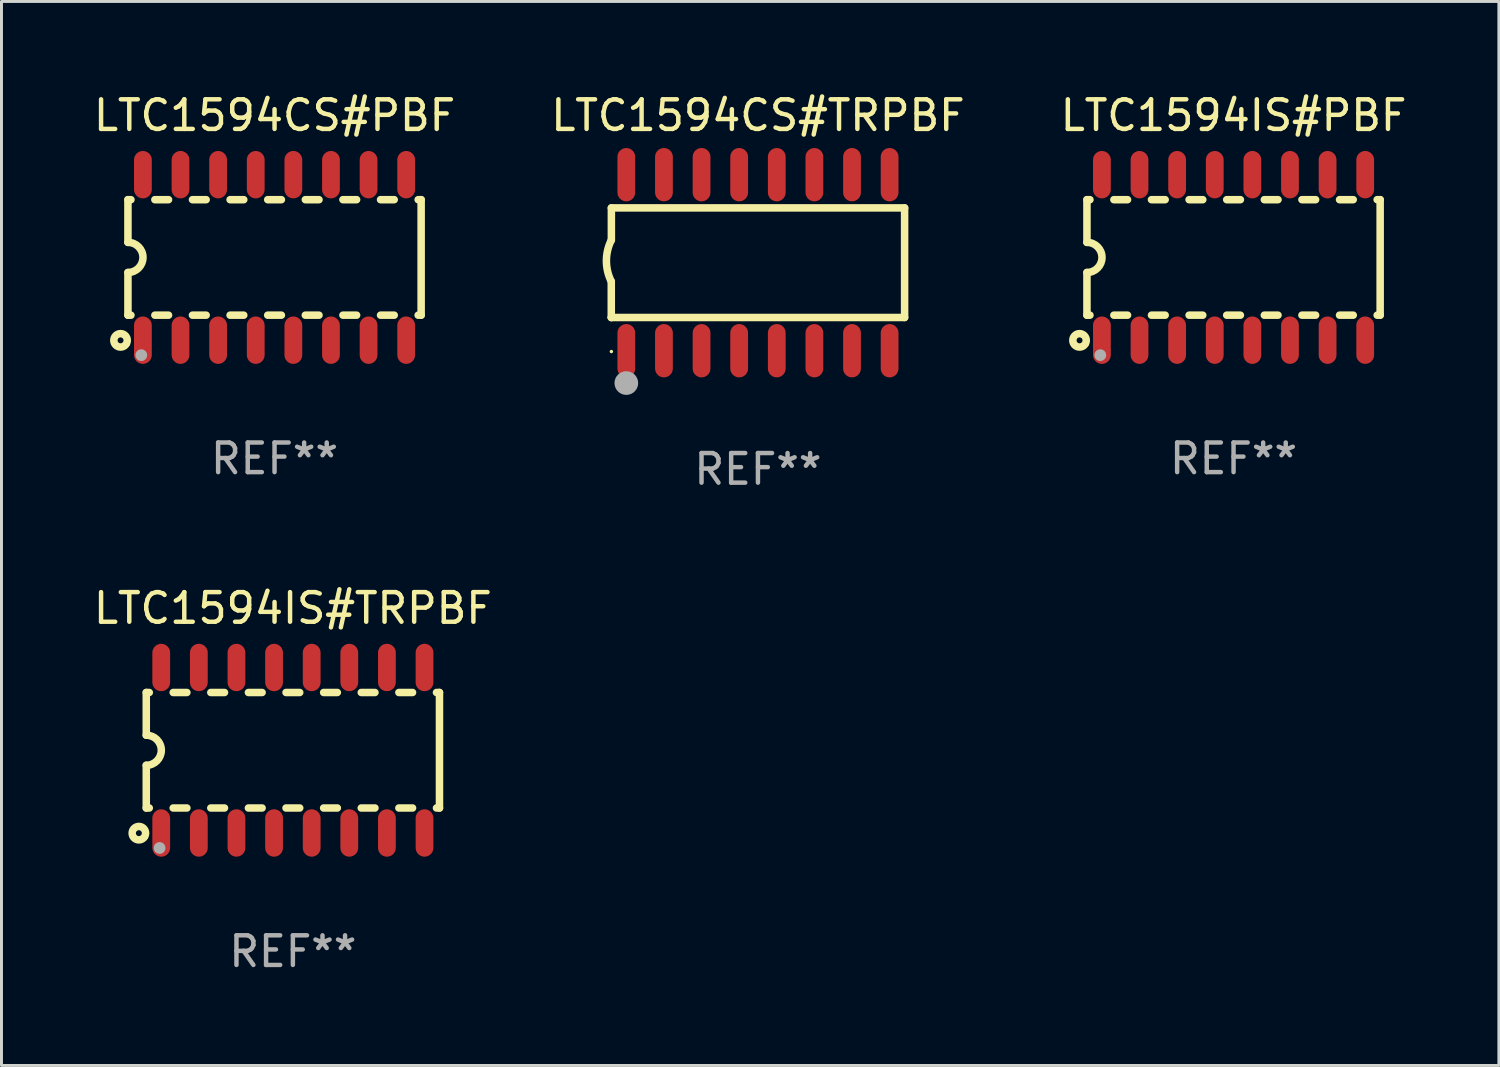
<source format=kicad_pcb>
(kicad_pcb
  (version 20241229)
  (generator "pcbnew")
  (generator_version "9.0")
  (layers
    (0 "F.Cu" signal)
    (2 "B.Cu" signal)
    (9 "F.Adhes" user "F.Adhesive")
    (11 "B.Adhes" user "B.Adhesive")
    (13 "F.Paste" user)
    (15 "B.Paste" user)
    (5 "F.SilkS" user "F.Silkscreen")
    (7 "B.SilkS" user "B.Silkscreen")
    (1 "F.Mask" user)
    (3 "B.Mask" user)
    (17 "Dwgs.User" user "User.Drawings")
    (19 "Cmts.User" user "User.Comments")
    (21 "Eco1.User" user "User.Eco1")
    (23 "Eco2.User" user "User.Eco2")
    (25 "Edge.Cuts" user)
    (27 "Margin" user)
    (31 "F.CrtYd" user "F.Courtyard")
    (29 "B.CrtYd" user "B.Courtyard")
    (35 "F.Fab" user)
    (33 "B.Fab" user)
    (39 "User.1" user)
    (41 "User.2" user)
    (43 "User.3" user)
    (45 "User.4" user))
  (footprint "LTC1594CS#PBF"
    (layer "F.Cu")
    (at 6.22 5.642)
    (property "Reference" "LTC1594CS#PBF" (at 0 -4.794 0) (layer "F.SilkS") (effects (font (size 1 1) (thickness 0.15))))
    (attr through_hole)
    (fp_line (start -4.95 -1.95) (end -4.95 -0.508) (stroke (width 0.254) (type solid)) (layer "F.SilkS"))
    (fp_line (start -4.95 -1.95) (end -4.849 -1.95) (stroke (width 0.254) (type solid)) (layer "F.SilkS"))
    (fp_line (start -4.95 1.95) (end -4.95 0.508) (stroke (width 0.254) (type solid)) (layer "F.SilkS"))
    (fp_line (start -4.95 1.95) (end -4.849 1.95) (stroke (width 0.254) (type solid)) (layer "F.SilkS"))
    (fp_line (start -4.041 -1.95) (end -3.579 -1.95) (stroke (width 0.254) (type solid)) (layer "F.SilkS"))
    (fp_line (start -4.041 1.95) (end -3.579 1.95) (stroke (width 0.254) (type solid)) (layer "F.SilkS"))
    (fp_line (start -2.771 -1.95) (end -2.309 -1.95) (stroke (width 0.254) (type solid)) (layer "F.SilkS"))
    (fp_line (start -2.771 1.95) (end -2.309 1.95) (stroke (width 0.254) (type solid)) (layer "F.SilkS"))
    (fp_line (start -1.501 -1.95) (end -1.039 -1.95) (stroke (width 0.254) (type solid)) (layer "F.SilkS"))
    (fp_line (start -1.501 1.95) (end -1.039 1.95) (stroke (width 0.254) (type solid)) (layer "F.SilkS"))
    (fp_line (start -0.231 -1.95) (end 0.231 -1.95) (stroke (width 0.254) (type solid)) (layer "F.SilkS"))
    (fp_line (start -0.231 1.95) (end 0.231 1.95) (stroke (width 0.254) (type solid)) (layer "F.SilkS"))
    (fp_line (start 1.039 -1.95) (end 1.501 -1.95) (stroke (width 0.254) (type solid)) (layer "F.SilkS"))
    (fp_line (start 1.039 1.95) (end 1.501 1.95) (stroke (width 0.254) (type solid)) (layer "F.SilkS"))
    (fp_line (start 2.309 -1.95) (end 2.771 -1.95) (stroke (width 0.254) (type solid)) (layer "F.SilkS"))
    (fp_line (start 2.309 1.95) (end 2.771 1.95) (stroke (width 0.254) (type solid)) (layer "F.SilkS"))
    (fp_line (start 3.579 -1.95) (end 4.041 -1.95) (stroke (width 0.254) (type solid)) (layer "F.SilkS"))
    (fp_line (start 3.579 1.95) (end 4.041 1.95) (stroke (width 0.254) (type solid)) (layer "F.SilkS"))
    (fp_line (start 4.849 -1.95) (end 4.95 -1.95) (stroke (width 0.254) (type solid)) (layer "F.SilkS"))
    (fp_line (start 4.849 1.95) (end 4.95 1.95) (stroke (width 0.254) (type solid)) (layer "F.SilkS"))
    (fp_line (start 4.95 -1.95) (end 4.95 1.95) (stroke (width 0.254) (type solid)) (layer "F.SilkS"))
    (fp_arc (start -4.95047 -0.508001) (mid -4.442469 -0.000228) (end -4.950013 0.508001) (stroke (width 0.254001) (type solid)) (layer "F.SilkS"))
    (fp_circle (center -5.2 2.8) (end -5.1 2.8) (stroke (width 0.254) (type solid)) (fill no) (layer "F.SilkS"))
    (fp_circle (center -4.95 2.947) (end -4.92 2.947) (stroke (width 0.06) (type solid)) (fill no) (layer "F.SilkS"))
    (fp_circle (center -4.5 3.3) (end -4.4 3.3) (stroke (width 0.2) (type solid)) (fill no) (layer "F.Fab"))
    (fp_text user "REF**" (at 0 6.794 0) (layer "F.Fab") (effects (font (size 1 1) (thickness 0.15))))
    (pad "1" smd oval (at -4.445 2.794) (size 0.6 1.6) (layers "F.Cu" "F.Mask" "F.Paste"))
    (pad "2" smd oval (at -3.175 2.794) (size 0.6 1.6) (layers "F.Cu" "F.Mask" "F.Paste"))
    (pad "3" smd oval (at -1.905 2.794) (size 0.6 1.6) (layers "F.Cu" "F.Mask" "F.Paste"))
    (pad "4" smd oval (at -0.635 2.794) (size 0.6 1.6) (layers "F.Cu" "F.Mask" "F.Paste"))
    (pad "5" smd oval (at 0.635 2.794) (size 0.6 1.6) (layers "F.Cu" "F.Mask" "F.Paste"))
    (pad "6" smd oval (at 1.905 2.794) (size 0.6 1.6) (layers "F.Cu" "F.Mask" "F.Paste"))
    (pad "7" smd oval (at 3.175 2.794) (size 0.6 1.6) (layers "F.Cu" "F.Mask" "F.Paste"))
    (pad "8" smd oval (at 4.445 2.794) (size 0.6 1.6) (layers "F.Cu" "F.Mask" "F.Paste"))
    (pad "9" smd oval (at 4.445 -2.794) (size 0.6 1.6) (layers "F.Cu" "F.Mask" "F.Paste"))
    (pad "10" smd oval (at 3.175 -2.794) (size 0.6 1.6) (layers "F.Cu" "F.Mask" "F.Paste"))
    (pad "11" smd oval (at 1.905 -2.794) (size 0.6 1.6) (layers "F.Cu" "F.Mask" "F.Paste"))
    (pad "12" smd oval (at 0.635 -2.794) (size 0.6 1.6) (layers "F.Cu" "F.Mask" "F.Paste"))
    (pad "13" smd oval (at -0.635 -2.794) (size 0.6 1.6) (layers "F.Cu" "F.Mask" "F.Paste"))
    (pad "14" smd oval (at -1.905 -2.794) (size 0.6 1.6) (layers "F.Cu" "F.Mask" "F.Paste"))
    (pad "15" smd oval (at -3.175 -2.794) (size 0.6 1.6) (layers "F.Cu" "F.Mask" "F.Paste"))
    (pad "16" smd oval (at -4.445 -2.794) (size 0.6 1.6) (layers "F.Cu" "F.Mask" "F.Paste")))
  (footprint "LTC1594IS#PBF"
    (layer "F.Cu")
    (at 38.601 5.642)
    (property "Reference" "LTC1594IS#PBF" (at 0 -4.794 0) (layer "F.SilkS") (effects (font (size 1 1) (thickness 0.15))))
    (attr through_hole)
    (fp_line (start -4.95 -1.95) (end -4.95 -0.508) (stroke (width 0.254) (type solid)) (layer "F.SilkS"))
    (fp_line (start -4.95 -1.95) (end -4.849 -1.95) (stroke (width 0.254) (type solid)) (layer "F.SilkS"))
    (fp_line (start -4.95 1.95) (end -4.95 0.508) (stroke (width 0.254) (type solid)) (layer "F.SilkS"))
    (fp_line (start -4.95 1.95) (end -4.849 1.95) (stroke (width 0.254) (type solid)) (layer "F.SilkS"))
    (fp_line (start -4.041 -1.95) (end -3.579 -1.95) (stroke (width 0.254) (type solid)) (layer "F.SilkS"))
    (fp_line (start -4.041 1.95) (end -3.579 1.95) (stroke (width 0.254) (type solid)) (layer "F.SilkS"))
    (fp_line (start -2.771 -1.95) (end -2.309 -1.95) (stroke (width 0.254) (type solid)) (layer "F.SilkS"))
    (fp_line (start -2.771 1.95) (end -2.309 1.95) (stroke (width 0.254) (type solid)) (layer "F.SilkS"))
    (fp_line (start -1.501 -1.95) (end -1.039 -1.95) (stroke (width 0.254) (type solid)) (layer "F.SilkS"))
    (fp_line (start -1.501 1.95) (end -1.039 1.95) (stroke (width 0.254) (type solid)) (layer "F.SilkS"))
    (fp_line (start -0.231 -1.95) (end 0.231 -1.95) (stroke (width 0.254) (type solid)) (layer "F.SilkS"))
    (fp_line (start -0.231 1.95) (end 0.231 1.95) (stroke (width 0.254) (type solid)) (layer "F.SilkS"))
    (fp_line (start 1.039 -1.95) (end 1.501 -1.95) (stroke (width 0.254) (type solid)) (layer "F.SilkS"))
    (fp_line (start 1.039 1.95) (end 1.501 1.95) (stroke (width 0.254) (type solid)) (layer "F.SilkS"))
    (fp_line (start 2.309 -1.95) (end 2.771 -1.95) (stroke (width 0.254) (type solid)) (layer "F.SilkS"))
    (fp_line (start 2.309 1.95) (end 2.771 1.95) (stroke (width 0.254) (type solid)) (layer "F.SilkS"))
    (fp_line (start 3.579 -1.95) (end 4.041 -1.95) (stroke (width 0.254) (type solid)) (layer "F.SilkS"))
    (fp_line (start 3.579 1.95) (end 4.041 1.95) (stroke (width 0.254) (type solid)) (layer "F.SilkS"))
    (fp_line (start 4.849 -1.95) (end 4.95 -1.95) (stroke (width 0.254) (type solid)) (layer "F.SilkS"))
    (fp_line (start 4.849 1.95) (end 4.95 1.95) (stroke (width 0.254) (type solid)) (layer "F.SilkS"))
    (fp_line (start 4.95 -1.95) (end 4.95 1.95) (stroke (width 0.254) (type solid)) (layer "F.SilkS"))
    (fp_arc (start -4.95047 -0.508001) (mid -4.442469 -0.000228) (end -4.950013 0.508001) (stroke (width 0.254001) (type solid)) (layer "F.SilkS"))
    (fp_circle (center -5.2 2.8) (end -5.1 2.8) (stroke (width 0.254) (type solid)) (fill no) (layer "F.SilkS"))
    (fp_circle (center -4.95 2.947) (end -4.92 2.947) (stroke (width 0.06) (type solid)) (fill no) (layer "F.SilkS"))
    (fp_circle (center -4.5 3.3) (end -4.4 3.3) (stroke (width 0.2) (type solid)) (fill no) (layer "F.Fab"))
    (fp_text user "REF**" (at 0 6.794 0) (layer "F.Fab") (effects (font (size 1 1) (thickness 0.15))))
    (pad "1" smd oval (at -4.445 2.794) (size 0.6 1.6) (layers "F.Cu" "F.Mask" "F.Paste"))
    (pad "2" smd oval (at -3.175 2.794) (size 0.6 1.6) (layers "F.Cu" "F.Mask" "F.Paste"))
    (pad "3" smd oval (at -1.905 2.794) (size 0.6 1.6) (layers "F.Cu" "F.Mask" "F.Paste"))
    (pad "4" smd oval (at -0.635 2.794) (size 0.6 1.6) (layers "F.Cu" "F.Mask" "F.Paste"))
    (pad "5" smd oval (at 0.635 2.794) (size 0.6 1.6) (layers "F.Cu" "F.Mask" "F.Paste"))
    (pad "6" smd oval (at 1.905 2.794) (size 0.6 1.6) (layers "F.Cu" "F.Mask" "F.Paste"))
    (pad "7" smd oval (at 3.175 2.794) (size 0.6 1.6) (layers "F.Cu" "F.Mask" "F.Paste"))
    (pad "8" smd oval (at 4.445 2.794) (size 0.6 1.6) (layers "F.Cu" "F.Mask" "F.Paste"))
    (pad "9" smd oval (at 4.445 -2.794) (size 0.6 1.6) (layers "F.Cu" "F.Mask" "F.Paste"))
    (pad "10" smd oval (at 3.175 -2.794) (size 0.6 1.6) (layers "F.Cu" "F.Mask" "F.Paste"))
    (pad "11" smd oval (at 1.905 -2.794) (size 0.6 1.6) (layers "F.Cu" "F.Mask" "F.Paste"))
    (pad "12" smd oval (at 0.635 -2.794) (size 0.6 1.6) (layers "F.Cu" "F.Mask" "F.Paste"))
    (pad "13" smd oval (at -0.635 -2.794) (size 0.6 1.6) (layers "F.Cu" "F.Mask" "F.Paste"))
    (pad "14" smd oval (at -1.905 -2.794) (size 0.6 1.6) (layers "F.Cu" "F.Mask" "F.Paste"))
    (pad "15" smd oval (at -3.175 -2.794) (size 0.6 1.6) (layers "F.Cu" "F.Mask" "F.Paste"))
    (pad "16" smd oval (at -4.445 -2.794) (size 0.6 1.6) (layers "F.Cu" "F.Mask" "F.Paste")))
  (footprint "LTC1594IS#TRPBF"
    (layer "F.Cu")
    (at 6.839 22.282)
    (property "Reference" "LTC1594IS#TRPBF" (at 0 -4.794 0) (layer "F.SilkS") (effects (font (size 1 1) (thickness 0.15))))
    (attr through_hole)
    (fp_line (start -4.95 -1.95) (end -4.95 -0.508) (stroke (width 0.254) (type solid)) (layer "F.SilkS"))
    (fp_line (start -4.95 -1.95) (end -4.849 -1.95) (stroke (width 0.254) (type solid)) (layer "F.SilkS"))
    (fp_line (start -4.95 1.95) (end -4.95 0.508) (stroke (width 0.254) (type solid)) (layer "F.SilkS"))
    (fp_line (start -4.95 1.95) (end -4.849 1.95) (stroke (width 0.254) (type solid)) (layer "F.SilkS"))
    (fp_line (start -4.041 -1.95) (end -3.579 -1.95) (stroke (width 0.254) (type solid)) (layer "F.SilkS"))
    (fp_line (start -4.041 1.95) (end -3.579 1.95) (stroke (width 0.254) (type solid)) (layer "F.SilkS"))
    (fp_line (start -2.771 -1.95) (end -2.309 -1.95) (stroke (width 0.254) (type solid)) (layer "F.SilkS"))
    (fp_line (start -2.771 1.95) (end -2.309 1.95) (stroke (width 0.254) (type solid)) (layer "F.SilkS"))
    (fp_line (start -1.501 -1.95) (end -1.039 -1.95) (stroke (width 0.254) (type solid)) (layer "F.SilkS"))
    (fp_line (start -1.501 1.95) (end -1.039 1.95) (stroke (width 0.254) (type solid)) (layer "F.SilkS"))
    (fp_line (start -0.231 -1.95) (end 0.231 -1.95) (stroke (width 0.254) (type solid)) (layer "F.SilkS"))
    (fp_line (start -0.231 1.95) (end 0.231 1.95) (stroke (width 0.254) (type solid)) (layer "F.SilkS"))
    (fp_line (start 1.039 -1.95) (end 1.501 -1.95) (stroke (width 0.254) (type solid)) (layer "F.SilkS"))
    (fp_line (start 1.039 1.95) (end 1.501 1.95) (stroke (width 0.254) (type solid)) (layer "F.SilkS"))
    (fp_line (start 2.309 -1.95) (end 2.771 -1.95) (stroke (width 0.254) (type solid)) (layer "F.SilkS"))
    (fp_line (start 2.309 1.95) (end 2.771 1.95) (stroke (width 0.254) (type solid)) (layer "F.SilkS"))
    (fp_line (start 3.579 -1.95) (end 4.041 -1.95) (stroke (width 0.254) (type solid)) (layer "F.SilkS"))
    (fp_line (start 3.579 1.95) (end 4.041 1.95) (stroke (width 0.254) (type solid)) (layer "F.SilkS"))
    (fp_line (start 4.849 -1.95) (end 4.95 -1.95) (stroke (width 0.254) (type solid)) (layer "F.SilkS"))
    (fp_line (start 4.849 1.95) (end 4.95 1.95) (stroke (width 0.254) (type solid)) (layer "F.SilkS"))
    (fp_line (start 4.95 -1.95) (end 4.95 1.95) (stroke (width 0.254) (type solid)) (layer "F.SilkS"))
    (fp_arc (start -4.95047 -0.508001) (mid -4.442469 -0.000228) (end -4.950013 0.508001) (stroke (width 0.254001) (type solid)) (layer "F.SilkS"))
    (fp_circle (center -5.2 2.8) (end -5.1 2.8) (stroke (width 0.254) (type solid)) (fill no) (layer "F.SilkS"))
    (fp_circle (center -4.95 2.947) (end -4.92 2.947) (stroke (width 0.06) (type solid)) (fill no) (layer "F.SilkS"))
    (fp_circle (center -4.5 3.3) (end -4.4 3.3) (stroke (width 0.2) (type solid)) (fill no) (layer "F.Fab"))
    (fp_text user "REF**" (at 0 6.794 0) (layer "F.Fab") (effects (font (size 1 1) (thickness 0.15))))
    (pad "1" smd oval (at -4.445 2.794) (size 0.6 1.6) (layers "F.Cu" "F.Mask" "F.Paste"))
    (pad "2" smd oval (at -3.175 2.794) (size 0.6 1.6) (layers "F.Cu" "F.Mask" "F.Paste"))
    (pad "3" smd oval (at -1.905 2.794) (size 0.6 1.6) (layers "F.Cu" "F.Mask" "F.Paste"))
    (pad "4" smd oval (at -0.635 2.794) (size 0.6 1.6) (layers "F.Cu" "F.Mask" "F.Paste"))
    (pad "5" smd oval (at 0.635 2.794) (size 0.6 1.6) (layers "F.Cu" "F.Mask" "F.Paste"))
    (pad "6" smd oval (at 1.905 2.794) (size 0.6 1.6) (layers "F.Cu" "F.Mask" "F.Paste"))
    (pad "7" smd oval (at 3.175 2.794) (size 0.6 1.6) (layers "F.Cu" "F.Mask" "F.Paste"))
    (pad "8" smd oval (at 4.445 2.794) (size 0.6 1.6) (layers "F.Cu" "F.Mask" "F.Paste"))
    (pad "9" smd oval (at 4.445 -2.794) (size 0.6 1.6) (layers "F.Cu" "F.Mask" "F.Paste"))
    (pad "10" smd oval (at 3.175 -2.794) (size 0.6 1.6) (layers "F.Cu" "F.Mask" "F.Paste"))
    (pad "11" smd oval (at 1.905 -2.794) (size 0.6 1.6) (layers "F.Cu" "F.Mask" "F.Paste"))
    (pad "12" smd oval (at 0.635 -2.794) (size 0.6 1.6) (layers "F.Cu" "F.Mask" "F.Paste"))
    (pad "13" smd oval (at -0.635 -2.794) (size 0.6 1.6) (layers "F.Cu" "F.Mask" "F.Paste"))
    (pad "14" smd oval (at -1.905 -2.794) (size 0.6 1.6) (layers "F.Cu" "F.Mask" "F.Paste"))
    (pad "15" smd oval (at -3.175 -2.794) (size 0.6 1.6) (layers "F.Cu" "F.Mask" "F.Paste"))
    (pad "16" smd oval (at -4.445 -2.794) (size 0.6 1.6) (layers "F.Cu" "F.Mask" "F.Paste")))
  (footprint "LTC1594CS#TRPBF"
    (layer "F.Cu")
    (at 22.542 5.82)
    (property "Reference" "LTC1594CS#TRPBF" (at 0 -4.972 0) (layer "F.SilkS") (effects (font (size 1 1) (thickness 0.15))))
    (attr through_hole)
    (fp_line (start -4.952 0.635) (end -4.952 1.85) (stroke (width 0.254) (type solid)) (layer "F.SilkS"))
    (fp_line (start -4.952 1.85) (end -4.949 1.85) (stroke (width 0.254) (type solid)) (layer "F.SilkS"))
    (fp_line (start -4.949 -1.85) (end -4.949 -0.762) (stroke (width 0.254) (type solid)) (layer "F.SilkS"))
    (fp_line (start -4.949 1.85) (end 4.952 1.85) (stroke (width 0.254) (type solid)) (layer "F.SilkS"))
    (fp_line (start 4.952 -1.85) (end -4.949 -1.85) (stroke (width 0.254) (type solid)) (layer "F.SilkS"))
    (fp_line (start 4.952 1.85) (end 4.952 -1.85) (stroke (width 0.254) (type solid)) (layer "F.SilkS"))
    (fp_arc (start -4.951524 0.635001) (mid -5.116418 -0.0635) (end -4.951524 -0.762002) (stroke (width 0.254001) (type solid)) (layer "F.SilkS"))
    (fp_circle (center -4.949 3) (end -4.919 3) (stroke (width 0.06) (type solid)) (fill no) (layer "F.SilkS"))
    (fp_circle (center -4.444 4.064) (end -4.244 4.064) (stroke (width 0.4) (type solid)) (fill no) (layer "F.Fab"))
    (fp_text user "REF**" (at 0 6.972 0) (layer "F.Fab") (effects (font (size 1 1) (thickness 0.15))))
    (pad "1" smd oval (at -4.444 2.972 180) (size 0.6 1.8) (layers "F.Cu" "F.Mask" "F.Paste"))
    (pad "2" smd oval (at -3.174 2.972 180) (size 0.6 1.8) (layers "F.Cu" "F.Mask" "F.Paste"))
    (pad "3" smd oval (at -1.904 2.972 180) (size 0.6 1.8) (layers "F.Cu" "F.Mask" "F.Paste"))
    (pad "4" smd oval (at -0.634 2.972 180) (size 0.6 1.8) (layers "F.Cu" "F.Mask" "F.Paste"))
    (pad "5" smd oval (at 0.636 2.972 180) (size 0.6 1.8) (layers "F.Cu" "F.Mask" "F.Paste"))
    (pad "6" smd oval (at 1.906 2.972 180) (size 0.6 1.8) (layers "F.Cu" "F.Mask" "F.Paste"))
    (pad "7" smd oval (at 3.176 2.972 180) (size 0.6 1.8) (layers "F.Cu" "F.Mask" "F.Paste"))
    (pad "8" smd oval (at 4.446 2.972 180) (size 0.6 1.8) (layers "F.Cu" "F.Mask" "F.Paste"))
    (pad "9" smd oval (at 4.446 -2.972 180) (size 0.6 1.8) (layers "F.Cu" "F.Mask" "F.Paste"))
    (pad "10" smd oval (at 3.176 -2.972 180) (size 0.6 1.8) (layers "F.Cu" "F.Mask" "F.Paste"))
    (pad "11" smd oval (at 1.906 -2.972 180) (size 0.6 1.8) (layers "F.Cu" "F.Mask" "F.Paste"))
    (pad "12" smd oval (at 0.636 -2.972 180) (size 0.6 1.8) (layers "F.Cu" "F.Mask" "F.Paste"))
    (pad "13" smd oval (at -0.634 -2.972 180) (size 0.6 1.8) (layers "F.Cu" "F.Mask" "F.Paste"))
    (pad "14" smd oval (at -1.904 -2.972 180) (size 0.6 1.8) (layers "F.Cu" "F.Mask" "F.Paste"))
    (pad "15" smd oval (at -3.174 -2.972 180) (size 0.6 1.8) (layers "F.Cu" "F.Mask" "F.Paste"))
    (pad "16" smd oval (at -4.444 -2.972 180) (size 0.6 1.8) (layers "F.Cu" "F.Mask" "F.Paste")))
  (gr_rect
    (start -3 -3)
    (end 47.56 32.925)
    (stroke (width 0.1) (type default))
    (fill no)
    (layer "Edge.Cuts")))
</source>
